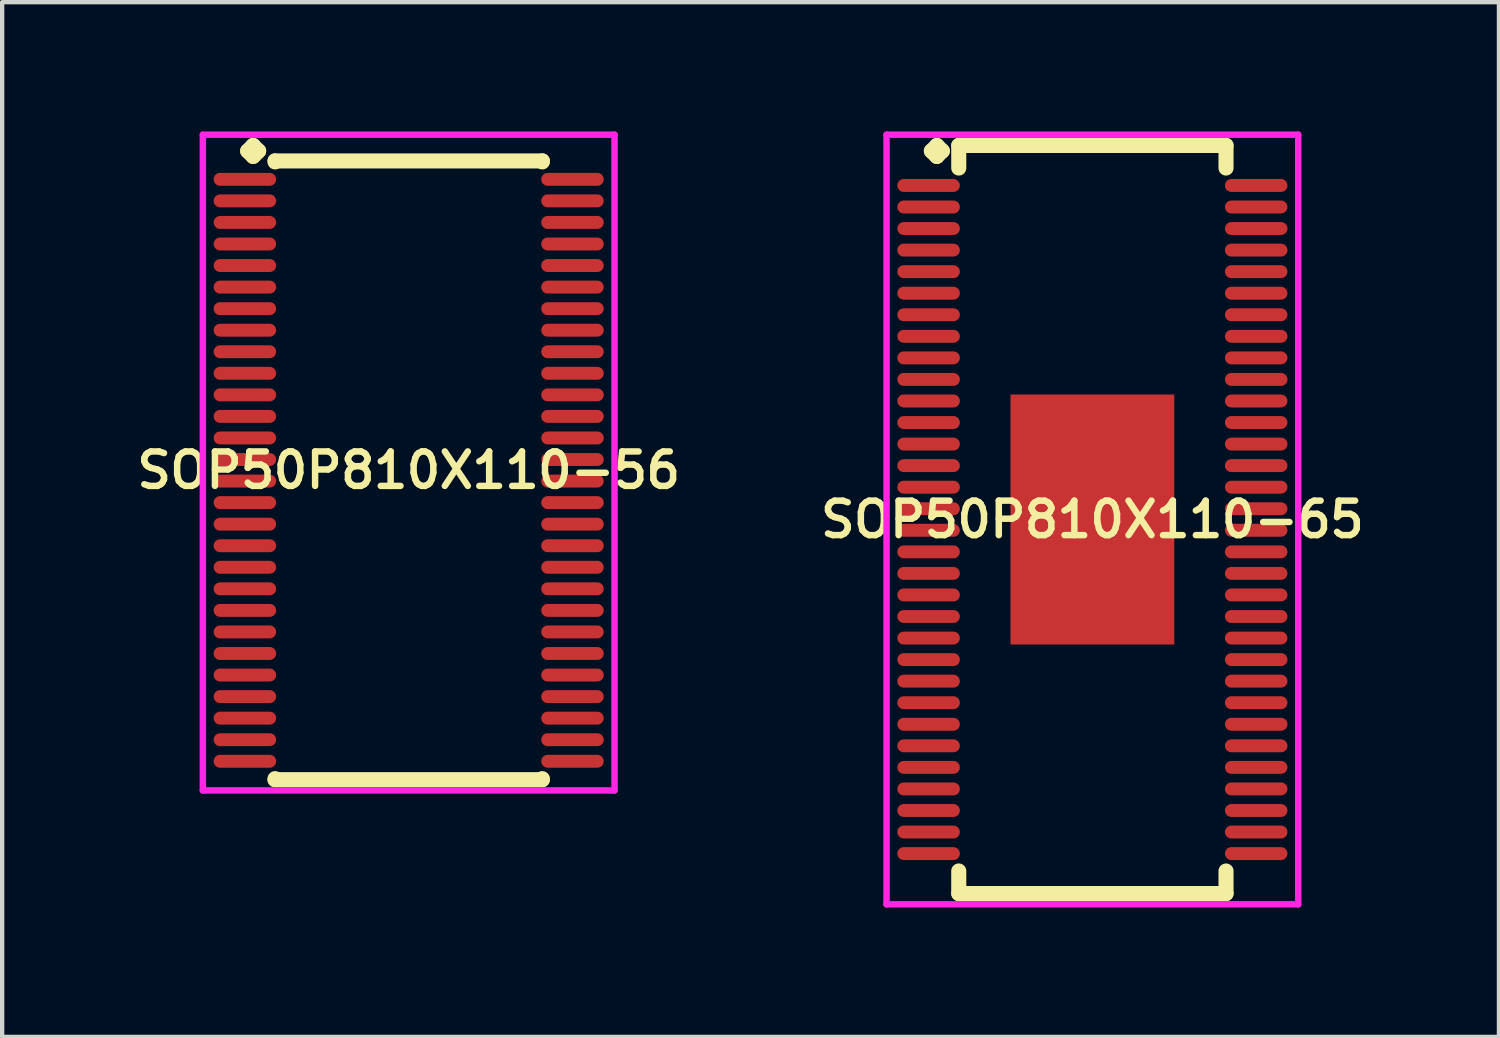
<source format=kicad_pcb>
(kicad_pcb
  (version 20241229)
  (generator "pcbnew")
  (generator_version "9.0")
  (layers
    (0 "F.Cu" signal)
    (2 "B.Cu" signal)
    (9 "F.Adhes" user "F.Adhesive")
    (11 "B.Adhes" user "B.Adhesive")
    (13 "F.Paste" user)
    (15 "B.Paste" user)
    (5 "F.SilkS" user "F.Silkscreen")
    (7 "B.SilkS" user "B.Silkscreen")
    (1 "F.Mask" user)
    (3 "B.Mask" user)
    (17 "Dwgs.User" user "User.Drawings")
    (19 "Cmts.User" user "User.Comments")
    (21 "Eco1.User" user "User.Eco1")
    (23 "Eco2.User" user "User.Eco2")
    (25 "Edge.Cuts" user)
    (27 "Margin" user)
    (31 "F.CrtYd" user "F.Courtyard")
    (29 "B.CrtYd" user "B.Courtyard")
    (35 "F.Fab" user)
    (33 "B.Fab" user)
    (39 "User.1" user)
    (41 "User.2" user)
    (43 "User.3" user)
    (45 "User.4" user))
  (footprint "SOP50P810X110-56"
    (layer "F.Cu")
    (at 6.431 7.86)
    (property "Reference" "SOP50P810X110-56" (at 0 0 0) (layer "F.SilkS") (effects (font (size 0.8 0.8) (thickness 0.15))))
    (attr smd)
    (fp_line (start -3.735 -7.408) (end -3.608 -7.535) (stroke (width 0.35) (type solid)) (layer "F.SilkS"))
    (fp_line (start -3.608 -7.535) (end -3.481 -7.408) (stroke (width 0.35) (type solid)) (layer "F.SilkS"))
    (fp_line (start -3.608 -7.281) (end -3.735 -7.408) (stroke (width 0.35) (type solid)) (layer "F.SilkS"))
    (fp_line (start -3.481 -7.408) (end -3.608 -7.281) (stroke (width 0.35) (type solid)) (layer "F.SilkS"))
    (fp_line (start -3.1 -7.177) (end 3.1 -7.177) (stroke (width 0.35) (type solid)) (layer "F.SilkS"))
    (fp_line (start -3.1 -7.154) (end -3.1 -7.177) (stroke (width 0.35) (type solid)) (layer "F.SilkS"))
    (fp_line (start -3.1 7.154) (end -3.1 7.177) (stroke (width 0.35) (type solid)) (layer "F.SilkS"))
    (fp_line (start -3.1 7.177) (end 3.1 7.177) (stroke (width 0.35) (type solid)) (layer "F.SilkS"))
    (fp_line (start 3.1 -7.177) (end 3.1 -7.154) (stroke (width 0.35) (type solid)) (layer "F.SilkS"))
    (fp_line (start 3.1 7.177) (end 3.1 7.154) (stroke (width 0.35) (type solid)) (layer "F.SilkS"))
    (fp_line (start -4.775 -7.785) (end 4.775 -7.785) (stroke (width 0.15) (type solid)) (layer "F.CrtYd"))
    (fp_line (start -4.775 7.427) (end -4.775 -7.785) (stroke (width 0.15) (type solid)) (layer "F.CrtYd"))
    (fp_line (start 4.775 -7.785) (end 4.775 7.427) (stroke (width 0.15) (type solid)) (layer "F.CrtYd"))
    (fp_line (start 4.775 7.427) (end -4.775 7.427) (stroke (width 0.15) (type solid)) (layer "F.CrtYd"))
    (pad "1" smd oval (at -3.8 -6.75) (size 1.45 0.3) (layers "F.Cu" "F.Mask" "F.Paste"))
    (pad "2" smd oval (at -3.8 -6.25) (size 1.45 0.3) (layers "F.Cu" "F.Mask" "F.Paste"))
    (pad "3" smd oval (at -3.8 -5.75) (size 1.45 0.3) (layers "F.Cu" "F.Mask" "F.Paste"))
    (pad "4" smd oval (at -3.8 -5.25) (size 1.45 0.3) (layers "F.Cu" "F.Mask" "F.Paste"))
    (pad "5" smd oval (at -3.8 -4.75) (size 1.45 0.3) (layers "F.Cu" "F.Mask" "F.Paste"))
    (pad "6" smd oval (at -3.8 -4.25) (size 1.45 0.3) (layers "F.Cu" "F.Mask" "F.Paste"))
    (pad "7" smd oval (at -3.8 -3.75) (size 1.45 0.3) (layers "F.Cu" "F.Mask" "F.Paste"))
    (pad "8" smd oval (at -3.8 -3.25) (size 1.45 0.3) (layers "F.Cu" "F.Mask" "F.Paste"))
    (pad "9" smd oval (at -3.8 -2.75) (size 1.45 0.3) (layers "F.Cu" "F.Mask" "F.Paste"))
    (pad "10" smd oval (at -3.8 -2.25) (size 1.45 0.3) (layers "F.Cu" "F.Mask" "F.Paste"))
    (pad "11" smd oval (at -3.8 -1.75) (size 1.45 0.3) (layers "F.Cu" "F.Mask" "F.Paste"))
    (pad "12" smd oval (at -3.8 -1.25) (size 1.45 0.3) (layers "F.Cu" "F.Mask" "F.Paste"))
    (pad "13" smd oval (at -3.8 -0.75) (size 1.45 0.3) (layers "F.Cu" "F.Mask" "F.Paste"))
    (pad "14" smd oval (at -3.8 -0.25) (size 1.45 0.3) (layers "F.Cu" "F.Mask" "F.Paste"))
    (pad "15" smd oval (at -3.8 0.25) (size 1.45 0.3) (layers "F.Cu" "F.Mask" "F.Paste"))
    (pad "16" smd oval (at -3.8 0.75) (size 1.45 0.3) (layers "F.Cu" "F.Mask" "F.Paste"))
    (pad "17" smd oval (at -3.8 1.25) (size 1.45 0.3) (layers "F.Cu" "F.Mask" "F.Paste"))
    (pad "18" smd oval (at -3.8 1.75) (size 1.45 0.3) (layers "F.Cu" "F.Mask" "F.Paste"))
    (pad "19" smd oval (at -3.8 2.25) (size 1.45 0.3) (layers "F.Cu" "F.Mask" "F.Paste"))
    (pad "20" smd oval (at -3.8 2.75) (size 1.45 0.3) (layers "F.Cu" "F.Mask" "F.Paste"))
    (pad "21" smd oval (at -3.8 3.25) (size 1.45 0.3) (layers "F.Cu" "F.Mask" "F.Paste"))
    (pad "22" smd oval (at -3.8 3.75) (size 1.45 0.3) (layers "F.Cu" "F.Mask" "F.Paste"))
    (pad "23" smd oval (at -3.8 4.25) (size 1.45 0.3) (layers "F.Cu" "F.Mask" "F.Paste"))
    (pad "24" smd oval (at -3.8 4.75) (size 1.45 0.3) (layers "F.Cu" "F.Mask" "F.Paste"))
    (pad "25" smd oval (at -3.8 5.25) (size 1.45 0.3) (layers "F.Cu" "F.Mask" "F.Paste"))
    (pad "26" smd oval (at -3.8 5.75) (size 1.45 0.3) (layers "F.Cu" "F.Mask" "F.Paste"))
    (pad "27" smd oval (at -3.8 6.25) (size 1.45 0.3) (layers "F.Cu" "F.Mask" "F.Paste"))
    (pad "28" smd oval (at -3.8 6.75) (size 1.45 0.3) (layers "F.Cu" "F.Mask" "F.Paste"))
    (pad "29" smd oval (at 3.8 6.75) (size 1.45 0.3) (layers "F.Cu" "F.Mask" "F.Paste"))
    (pad "30" smd oval (at 3.8 6.25) (size 1.45 0.3) (layers "F.Cu" "F.Mask" "F.Paste"))
    (pad "31" smd oval (at 3.8 5.75) (size 1.45 0.3) (layers "F.Cu" "F.Mask" "F.Paste"))
    (pad "32" smd oval (at 3.8 5.25) (size 1.45 0.3) (layers "F.Cu" "F.Mask" "F.Paste"))
    (pad "33" smd oval (at 3.8 4.75) (size 1.45 0.3) (layers "F.Cu" "F.Mask" "F.Paste"))
    (pad "34" smd oval (at 3.8 4.25) (size 1.45 0.3) (layers "F.Cu" "F.Mask" "F.Paste"))
    (pad "35" smd oval (at 3.8 3.75) (size 1.45 0.3) (layers "F.Cu" "F.Mask" "F.Paste"))
    (pad "36" smd oval (at 3.8 3.25) (size 1.45 0.3) (layers "F.Cu" "F.Mask" "F.Paste"))
    (pad "37" smd oval (at 3.8 2.75) (size 1.45 0.3) (layers "F.Cu" "F.Mask" "F.Paste"))
    (pad "38" smd oval (at 3.8 2.25) (size 1.45 0.3) (layers "F.Cu" "F.Mask" "F.Paste"))
    (pad "39" smd oval (at 3.8 1.75) (size 1.45 0.3) (layers "F.Cu" "F.Mask" "F.Paste"))
    (pad "40" smd oval (at 3.8 1.25) (size 1.45 0.3) (layers "F.Cu" "F.Mask" "F.Paste"))
    (pad "41" smd oval (at 3.8 0.75) (size 1.45 0.3) (layers "F.Cu" "F.Mask" "F.Paste"))
    (pad "42" smd oval (at 3.8 0.25) (size 1.45 0.3) (layers "F.Cu" "F.Mask" "F.Paste"))
    (pad "43" smd oval (at 3.8 -0.25) (size 1.45 0.3) (layers "F.Cu" "F.Mask" "F.Paste"))
    (pad "44" smd oval (at 3.8 -0.75) (size 1.45 0.3) (layers "F.Cu" "F.Mask" "F.Paste"))
    (pad "45" smd oval (at 3.8 -1.25) (size 1.45 0.3) (layers "F.Cu" "F.Mask" "F.Paste"))
    (pad "46" smd oval (at 3.8 -1.75) (size 1.45 0.3) (layers "F.Cu" "F.Mask" "F.Paste"))
    (pad "47" smd oval (at 3.8 -2.25) (size 1.45 0.3) (layers "F.Cu" "F.Mask" "F.Paste"))
    (pad "48" smd oval (at 3.8 -2.75) (size 1.45 0.3) (layers "F.Cu" "F.Mask" "F.Paste"))
    (pad "49" smd oval (at 3.8 -3.25) (size 1.45 0.3) (layers "F.Cu" "F.Mask" "F.Paste"))
    (pad "50" smd oval (at 3.8 -3.75) (size 1.45 0.3) (layers "F.Cu" "F.Mask" "F.Paste"))
    (pad "51" smd oval (at 3.8 -4.25) (size 1.45 0.3) (layers "F.Cu" "F.Mask" "F.Paste"))
    (pad "52" smd oval (at 3.8 -4.75) (size 1.45 0.3) (layers "F.Cu" "F.Mask" "F.Paste"))
    (pad "53" smd oval (at 3.8 -5.25) (size 1.45 0.3) (layers "F.Cu" "F.Mask" "F.Paste"))
    (pad "54" smd oval (at 3.8 -5.75) (size 1.45 0.3) (layers "F.Cu" "F.Mask" "F.Paste"))
    (pad "55" smd oval (at 3.8 -6.25) (size 1.45 0.3) (layers "F.Cu" "F.Mask" "F.Paste"))
    (pad "56" smd oval (at 3.8 -6.75) (size 1.45 0.3) (layers "F.Cu" "F.Mask" "F.Paste")))
  (footprint "SOP50P810X110-65"
    (layer "F.Cu")
    (at 22.292 9.002)
    (property "Reference" "SOP50P810X110-65" (at 0 0 0) (layer "F.SilkS") (effects (font (size 0.8 0.8) (thickness 0.15))))
    (attr smd)
    (fp_line (start -3.735 -8.55) (end -3.608 -8.677) (stroke (width 0.35) (type solid)) (layer "F.SilkS"))
    (fp_line (start -3.608 -8.677) (end -3.481 -8.55) (stroke (width 0.35) (type solid)) (layer "F.SilkS"))
    (fp_line (start -3.608 -8.423) (end -3.735 -8.55) (stroke (width 0.35) (type solid)) (layer "F.SilkS"))
    (fp_line (start -3.481 -8.55) (end -3.608 -8.423) (stroke (width 0.35) (type solid)) (layer "F.SilkS"))
    (fp_line (start -3.1 -8.677) (end 3.1 -8.677) (stroke (width 0.35) (type solid)) (layer "F.SilkS"))
    (fp_line (start -3.1 -8.154) (end -3.1 -8.677) (stroke (width 0.35) (type solid)) (layer "F.SilkS"))
    (fp_line (start -3.1 8.154) (end -3.1 8.677) (stroke (width 0.35) (type solid)) (layer "F.SilkS"))
    (fp_line (start -3.1 8.677) (end 3.1 8.677) (stroke (width 0.35) (type solid)) (layer "F.SilkS"))
    (fp_line (start 3.1 -8.677) (end 3.1 -8.154) (stroke (width 0.35) (type solid)) (layer "F.SilkS"))
    (fp_line (start 3.1 8.677) (end 3.1 8.154) (stroke (width 0.35) (type solid)) (layer "F.SilkS"))
    (fp_line (start -4.775 -8.927) (end 4.775 -8.927) (stroke (width 0.15) (type solid)) (layer "F.CrtYd"))
    (fp_line (start -4.775 8.927) (end -4.775 -8.927) (stroke (width 0.15) (type solid)) (layer "F.CrtYd"))
    (fp_line (start 4.775 -8.927) (end 4.775 8.927) (stroke (width 0.15) (type solid)) (layer "F.CrtYd"))
    (fp_line (start 4.775 8.927) (end -4.775 8.927) (stroke (width 0.15) (type solid)) (layer "F.CrtYd"))
    (pad "1" smd oval (at -3.8 -7.75) (size 1.45 0.3) (layers "F.Cu" "F.Mask" "F.Paste"))
    (pad "2" smd oval (at -3.8 -7.25) (size 1.45 0.3) (layers "F.Cu" "F.Mask" "F.Paste"))
    (pad "3" smd oval (at -3.8 -6.75) (size 1.45 0.3) (layers "F.Cu" "F.Mask" "F.Paste"))
    (pad "4" smd oval (at -3.8 -6.25) (size 1.45 0.3) (layers "F.Cu" "F.Mask" "F.Paste"))
    (pad "5" smd oval (at -3.8 -5.75) (size 1.45 0.3) (layers "F.Cu" "F.Mask" "F.Paste"))
    (pad "6" smd oval (at -3.8 -5.25) (size 1.45 0.3) (layers "F.Cu" "F.Mask" "F.Paste"))
    (pad "7" smd oval (at -3.8 -4.75) (size 1.45 0.3) (layers "F.Cu" "F.Mask" "F.Paste"))
    (pad "8" smd oval (at -3.8 -4.25) (size 1.45 0.3) (layers "F.Cu" "F.Mask" "F.Paste"))
    (pad "9" smd oval (at -3.8 -3.75) (size 1.45 0.3) (layers "F.Cu" "F.Mask" "F.Paste"))
    (pad "10" smd oval (at -3.8 -3.25) (size 1.45 0.3) (layers "F.Cu" "F.Mask" "F.Paste"))
    (pad "11" smd oval (at -3.8 -2.75) (size 1.45 0.3) (layers "F.Cu" "F.Mask" "F.Paste"))
    (pad "12" smd oval (at -3.8 -2.25) (size 1.45 0.3) (layers "F.Cu" "F.Mask" "F.Paste"))
    (pad "13" smd oval (at -3.8 -1.75) (size 1.45 0.3) (layers "F.Cu" "F.Mask" "F.Paste"))
    (pad "14" smd oval (at -3.8 -1.25) (size 1.45 0.3) (layers "F.Cu" "F.Mask" "F.Paste"))
    (pad "15" smd oval (at -3.8 -0.75) (size 1.45 0.3) (layers "F.Cu" "F.Mask" "F.Paste"))
    (pad "16" smd oval (at -3.8 -0.25) (size 1.45 0.3) (layers "F.Cu" "F.Mask" "F.Paste"))
    (pad "17" smd oval (at -3.8 0.25) (size 1.45 0.3) (layers "F.Cu" "F.Mask" "F.Paste"))
    (pad "18" smd oval (at -3.8 0.75) (size 1.45 0.3) (layers "F.Cu" "F.Mask" "F.Paste"))
    (pad "19" smd oval (at -3.8 1.25) (size 1.45 0.3) (layers "F.Cu" "F.Mask" "F.Paste"))
    (pad "20" smd oval (at -3.8 1.75) (size 1.45 0.3) (layers "F.Cu" "F.Mask" "F.Paste"))
    (pad "21" smd oval (at -3.8 2.25) (size 1.45 0.3) (layers "F.Cu" "F.Mask" "F.Paste"))
    (pad "22" smd oval (at -3.8 2.75) (size 1.45 0.3) (layers "F.Cu" "F.Mask" "F.Paste"))
    (pad "23" smd oval (at -3.8 3.25) (size 1.45 0.3) (layers "F.Cu" "F.Mask" "F.Paste"))
    (pad "24" smd oval (at -3.8 3.75) (size 1.45 0.3) (layers "F.Cu" "F.Mask" "F.Paste"))
    (pad "25" smd oval (at -3.8 4.25) (size 1.45 0.3) (layers "F.Cu" "F.Mask" "F.Paste"))
    (pad "26" smd oval (at -3.8 4.75) (size 1.45 0.3) (layers "F.Cu" "F.Mask" "F.Paste"))
    (pad "27" smd oval (at -3.8 5.25) (size 1.45 0.3) (layers "F.Cu" "F.Mask" "F.Paste"))
    (pad "28" smd oval (at -3.8 5.75) (size 1.45 0.3) (layers "F.Cu" "F.Mask" "F.Paste"))
    (pad "29" smd oval (at -3.8 6.25) (size 1.45 0.3) (layers "F.Cu" "F.Mask" "F.Paste"))
    (pad "30" smd oval (at -3.8 6.75) (size 1.45 0.3) (layers "F.Cu" "F.Mask" "F.Paste"))
    (pad "31" smd oval (at -3.8 7.25) (size 1.45 0.3) (layers "F.Cu" "F.Mask" "F.Paste"))
    (pad "32" smd oval (at -3.8 7.75) (size 1.45 0.3) (layers "F.Cu" "F.Mask" "F.Paste"))
    (pad "33" smd oval (at 3.8 7.75) (size 1.45 0.3) (layers "F.Cu" "F.Mask" "F.Paste"))
    (pad "34" smd oval (at 3.8 7.25) (size 1.45 0.3) (layers "F.Cu" "F.Mask" "F.Paste"))
    (pad "35" smd oval (at 3.8 6.75) (size 1.45 0.3) (layers "F.Cu" "F.Mask" "F.Paste"))
    (pad "36" smd oval (at 3.8 6.25) (size 1.45 0.3) (layers "F.Cu" "F.Mask" "F.Paste"))
    (pad "37" smd oval (at 3.8 5.75) (size 1.45 0.3) (layers "F.Cu" "F.Mask" "F.Paste"))
    (pad "38" smd oval (at 3.8 5.25) (size 1.45 0.3) (layers "F.Cu" "F.Mask" "F.Paste"))
    (pad "39" smd oval (at 3.8 4.75) (size 1.45 0.3) (layers "F.Cu" "F.Mask" "F.Paste"))
    (pad "40" smd oval (at 3.8 4.25) (size 1.45 0.3) (layers "F.Cu" "F.Mask" "F.Paste"))
    (pad "41" smd oval (at 3.8 3.75) (size 1.45 0.3) (layers "F.Cu" "F.Mask" "F.Paste"))
    (pad "42" smd oval (at 3.8 3.25) (size 1.45 0.3) (layers "F.Cu" "F.Mask" "F.Paste"))
    (pad "43" smd oval (at 3.8 2.75) (size 1.45 0.3) (layers "F.Cu" "F.Mask" "F.Paste"))
    (pad "44" smd oval (at 3.8 2.25) (size 1.45 0.3) (layers "F.Cu" "F.Mask" "F.Paste"))
    (pad "45" smd oval (at 3.8 1.75) (size 1.45 0.3) (layers "F.Cu" "F.Mask" "F.Paste"))
    (pad "46" smd oval (at 3.8 1.25) (size 1.45 0.3) (layers "F.Cu" "F.Mask" "F.Paste"))
    (pad "47" smd oval (at 3.8 0.75) (size 1.45 0.3) (layers "F.Cu" "F.Mask" "F.Paste"))
    (pad "48" smd oval (at 3.8 0.25) (size 1.45 0.3) (layers "F.Cu" "F.Mask" "F.Paste"))
    (pad "49" smd oval (at 3.8 -0.25) (size 1.45 0.3) (layers "F.Cu" "F.Mask" "F.Paste"))
    (pad "50" smd oval (at 3.8 -0.75) (size 1.45 0.3) (layers "F.Cu" "F.Mask" "F.Paste"))
    (pad "51" smd oval (at 3.8 -1.25) (size 1.45 0.3) (layers "F.Cu" "F.Mask" "F.Paste"))
    (pad "52" smd oval (at 3.8 -1.75) (size 1.45 0.3) (layers "F.Cu" "F.Mask" "F.Paste"))
    (pad "53" smd oval (at 3.8 -2.25) (size 1.45 0.3) (layers "F.Cu" "F.Mask" "F.Paste"))
    (pad "54" smd oval (at 3.8 -2.75) (size 1.45 0.3) (layers "F.Cu" "F.Mask" "F.Paste"))
    (pad "55" smd oval (at 3.8 -3.25) (size 1.45 0.3) (layers "F.Cu" "F.Mask" "F.Paste"))
    (pad "56" smd oval (at 3.8 -3.75) (size 1.45 0.3) (layers "F.Cu" "F.Mask" "F.Paste"))
    (pad "57" smd oval (at 3.8 -4.25) (size 1.45 0.3) (layers "F.Cu" "F.Mask" "F.Paste"))
    (pad "58" smd oval (at 3.8 -4.75) (size 1.45 0.3) (layers "F.Cu" "F.Mask" "F.Paste"))
    (pad "59" smd oval (at 3.8 -5.25) (size 1.45 0.3) (layers "F.Cu" "F.Mask" "F.Paste"))
    (pad "60" smd oval (at 3.8 -5.75) (size 1.45 0.3) (layers "F.Cu" "F.Mask" "F.Paste"))
    (pad "61" smd oval (at 3.8 -6.25) (size 1.45 0.3) (layers "F.Cu" "F.Mask" "F.Paste"))
    (pad "62" smd oval (at 3.8 -6.75) (size 1.45 0.3) (layers "F.Cu" "F.Mask" "F.Paste"))
    (pad "63" smd oval (at 3.8 -7.25) (size 1.45 0.3) (layers "F.Cu" "F.Mask" "F.Paste"))
    (pad "64" smd oval (at 3.8 -7.75) (size 1.45 0.3) (layers "F.Cu" "F.Mask" "F.Paste"))
    (pad "65" smd rect (at 0 0) (size 3.8 5.8) (layers "F.Cu" "F.Mask" "F.Paste")))
  (gr_rect
    (start -3 -3)
    (end 31.723 21.004)
    (stroke (width 0.1) (type default))
    (fill no)
    (layer "Edge.Cuts")))
</source>
